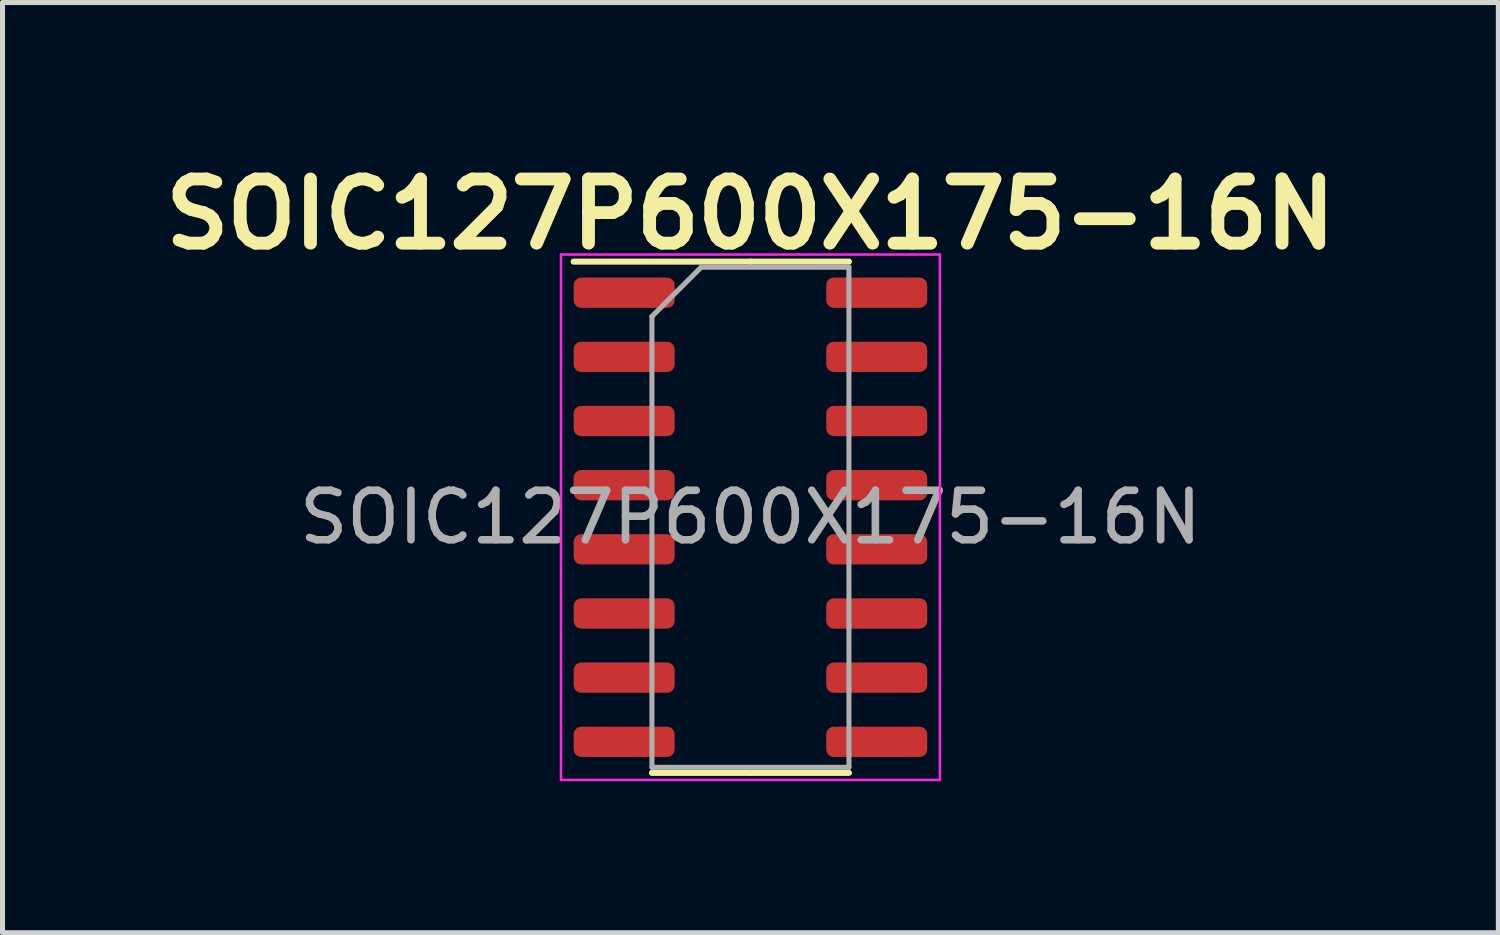
<source format=kicad_pcb>
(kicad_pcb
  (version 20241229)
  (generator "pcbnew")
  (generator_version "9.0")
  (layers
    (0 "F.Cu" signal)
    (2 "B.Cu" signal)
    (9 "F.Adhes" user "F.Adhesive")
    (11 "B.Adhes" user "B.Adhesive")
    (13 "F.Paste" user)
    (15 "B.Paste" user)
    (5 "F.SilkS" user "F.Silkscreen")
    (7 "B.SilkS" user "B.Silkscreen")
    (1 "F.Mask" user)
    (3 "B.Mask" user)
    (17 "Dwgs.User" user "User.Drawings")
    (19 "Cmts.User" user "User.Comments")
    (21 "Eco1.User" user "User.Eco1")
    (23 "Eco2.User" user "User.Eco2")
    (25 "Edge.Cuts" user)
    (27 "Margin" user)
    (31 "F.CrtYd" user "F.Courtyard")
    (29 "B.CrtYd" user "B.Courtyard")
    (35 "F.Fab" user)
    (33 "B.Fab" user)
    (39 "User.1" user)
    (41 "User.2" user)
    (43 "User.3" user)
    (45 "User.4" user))
  (footprint "SOIC127P600X175-16N"
    (layer "F.Cu")
    (at 11.805 7.189)
    (property "Reference" "SOIC127P600X175-16N" (at 0 -6 0) (layer "F.SilkS") (effects (font (size 1.27 1.27) (thickness 0.254))))
    (attr smd)
    (fp_line (start 0 -5.06) (end -3.5 -5.06) (stroke (width 0.12) (type solid)) (layer "F.SilkS"))
    (fp_line (start 0 -5.06) (end 1.95 -5.06) (stroke (width 0.12) (type solid)) (layer "F.SilkS"))
    (fp_line (start 0 5.06) (end -1.95 5.06) (stroke (width 0.12) (type solid)) (layer "F.SilkS"))
    (fp_line (start 0 5.06) (end 1.95 5.06) (stroke (width 0.12) (type solid)) (layer "F.SilkS"))
    (fp_line (start -3.75 -5.2) (end -3.75 5.2) (stroke (width 0.05) (type solid)) (layer "F.CrtYd"))
    (fp_line (start -3.75 5.2) (end 3.75 5.2) (stroke (width 0.05) (type solid)) (layer "F.CrtYd"))
    (fp_line (start 3.75 -5.2) (end -3.75 -5.2) (stroke (width 0.05) (type solid)) (layer "F.CrtYd"))
    (fp_line (start 3.75 5.2) (end 3.75 -5.2) (stroke (width 0.05) (type solid)) (layer "F.CrtYd"))
    (fp_line (start -1.95 -3.975) (end -0.975 -4.95) (stroke (width 0.1) (type solid)) (layer "F.Fab"))
    (fp_line (start -1.95 4.95) (end -1.95 -3.975) (stroke (width 0.1) (type solid)) (layer "F.Fab"))
    (fp_line (start -0.975 -4.95) (end 1.95 -4.95) (stroke (width 0.1) (type solid)) (layer "F.Fab"))
    (fp_line (start 1.95 -4.95) (end 1.95 4.95) (stroke (width 0.1) (type solid)) (layer "F.Fab"))
    (fp_line (start 1.95 4.95) (end -1.95 4.95) (stroke (width 0.1) (type solid)) (layer "F.Fab"))
    (fp_text user "${REFERENCE}" (at 0 0 0) (layer "F.Fab") (effects (font (size 0.98 0.98) (thickness 0.15))))
    (pad "1" smd roundrect (at -2.5 -4.445) (size 2 0.6) (layers "F.Cu" "F.Mask" "F.Paste") (roundrect_rratio 0.25))
    (pad "2" smd roundrect (at -2.5 -3.175) (size 2 0.6) (layers "F.Cu" "F.Mask" "F.Paste") (roundrect_rratio 0.25))
    (pad "3" smd roundrect (at -2.5 -1.905) (size 2 0.6) (layers "F.Cu" "F.Mask" "F.Paste") (roundrect_rratio 0.25))
    (pad "4" smd roundrect (at -2.5 -0.635) (size 2 0.6) (layers "F.Cu" "F.Mask" "F.Paste") (roundrect_rratio 0.25))
    (pad "5" smd roundrect (at -2.5 0.635) (size 2 0.6) (layers "F.Cu" "F.Mask" "F.Paste") (roundrect_rratio 0.25))
    (pad "6" smd roundrect (at -2.5 1.905) (size 2 0.6) (layers "F.Cu" "F.Mask" "F.Paste") (roundrect_rratio 0.25))
    (pad "7" smd roundrect (at -2.5 3.175) (size 2 0.6) (layers "F.Cu" "F.Mask" "F.Paste") (roundrect_rratio 0.25))
    (pad "8" smd roundrect (at -2.5 4.445) (size 2 0.6) (layers "F.Cu" "F.Mask" "F.Paste") (roundrect_rratio 0.25))
    (pad "9" smd roundrect (at 2.5 4.445) (size 2 0.6) (layers "F.Cu" "F.Mask" "F.Paste") (roundrect_rratio 0.25))
    (pad "10" smd roundrect (at 2.5 3.175) (size 2 0.6) (layers "F.Cu" "F.Mask" "F.Paste") (roundrect_rratio 0.25))
    (pad "11" smd roundrect (at 2.5 1.905) (size 2 0.6) (layers "F.Cu" "F.Mask" "F.Paste") (roundrect_rratio 0.25))
    (pad "12" smd roundrect (at 2.5 0.635) (size 2 0.6) (layers "F.Cu" "F.Mask" "F.Paste") (roundrect_rratio 0.25))
    (pad "13" smd roundrect (at 2.5 -0.635) (size 2 0.6) (layers "F.Cu" "F.Mask" "F.Paste") (roundrect_rratio 0.25))
    (pad "14" smd roundrect (at 2.5 -1.905) (size 2 0.6) (layers "F.Cu" "F.Mask" "F.Paste") (roundrect_rratio 0.25))
    (pad "15" smd roundrect (at 2.5 -3.175) (size 2 0.6) (layers "F.Cu" "F.Mask" "F.Paste") (roundrect_rratio 0.25))
    (pad "16" smd roundrect (at 2.5 -4.445) (size 2 0.6) (layers "F.Cu" "F.Mask" "F.Paste") (roundrect_rratio 0.25)))
  (gr_rect
    (start -3 -3)
    (end 26.61 15.414)
    (stroke (width 0.1) (type default))
    (fill no)
    (layer "Edge.Cuts")))
</source>
